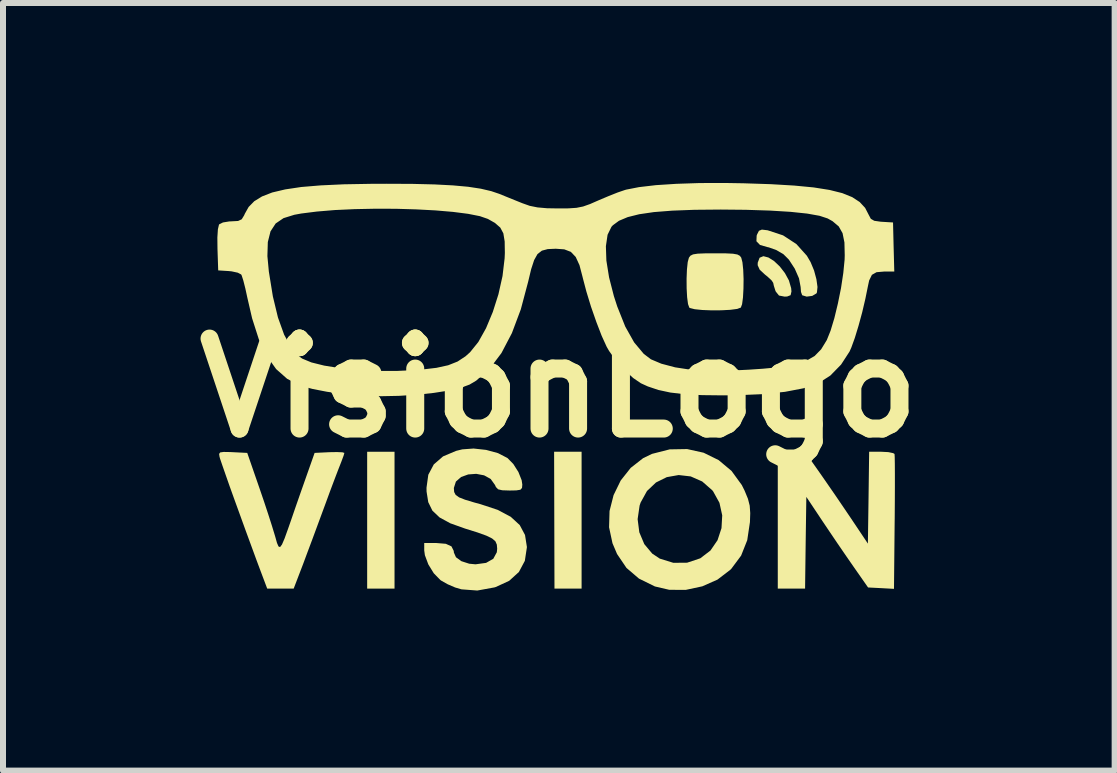
<source format=kicad_pcb>
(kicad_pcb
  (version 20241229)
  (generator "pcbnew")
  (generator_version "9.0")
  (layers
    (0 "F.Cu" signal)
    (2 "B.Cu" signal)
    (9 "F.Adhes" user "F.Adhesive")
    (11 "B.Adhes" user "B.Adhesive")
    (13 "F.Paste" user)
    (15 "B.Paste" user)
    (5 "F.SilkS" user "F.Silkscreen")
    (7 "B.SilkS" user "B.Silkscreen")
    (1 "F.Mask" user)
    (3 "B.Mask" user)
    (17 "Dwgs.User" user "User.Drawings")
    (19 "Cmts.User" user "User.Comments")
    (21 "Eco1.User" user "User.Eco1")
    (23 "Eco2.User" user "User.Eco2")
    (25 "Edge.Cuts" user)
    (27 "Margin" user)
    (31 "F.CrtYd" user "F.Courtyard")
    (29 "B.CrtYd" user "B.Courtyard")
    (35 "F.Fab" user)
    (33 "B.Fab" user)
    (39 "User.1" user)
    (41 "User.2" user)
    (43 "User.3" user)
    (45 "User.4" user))
  (footprint "VisionLogo"
    (layer "F.Cu")
    (at 6.264 3.415)
    (property "Reference" "VisionLogo" (at 0 0 0) (layer "F.SilkS") (effects (font (size 1.5 1.5) (thickness 0.3))))
    (attr board_only exclude_from_pos_files exclude_from_bom)
    (fp_poly (pts (xy -2.738 2.205) (xy -2.738 3.346) (xy -2.966 3.346) (xy -3.194 3.346) (xy -3.194 2.205) (xy -3.194 1.065) (xy -2.966 1.065) (xy -2.738 1.065)) (stroke (width 0) (type solid)) (fill yes) (layer "F.SilkS"))
    (fp_poly (pts (xy 0.38 2.205) (xy 0.38 3.346) (xy 0.154 3.346) (xy -0.072 3.346) (xy -0.075 2.205) (xy -0.078 1.065) (xy 0.151 1.065) (xy 0.38 1.065)) (stroke (width 0) (type solid)) (fill yes) (layer "F.SilkS"))
    (fp_poly (pts (xy 3.494 -2.173) (xy 3.588 -2.114) (xy 3.683 -2.024) (xy 3.769 -1.913) (xy 3.836 -1.79) (xy 3.873 -1.662) (xy 3.878 -1.607) (xy 3.864 -1.545) (xy 3.807 -1.523) (xy 3.763 -1.521) (xy 3.67 -1.539) (xy 3.617 -1.605) (xy 3.611 -1.618) (xy 3.584 -1.703) (xy 3.574 -1.75) (xy 3.547 -1.791) (xy 3.477 -1.856) (xy 3.439 -1.886) (xy 3.349 -1.969) (xy 3.315 -2.044) (xy 3.316 -2.087) (xy 3.347 -2.169) (xy 3.41 -2.195)) (stroke (width 0) (type solid)) (fill yes) (layer "F.SilkS"))
    (fp_poly (pts (xy 3.478 -2.627) (xy 3.486 -2.625) (xy 3.738 -2.542) (xy 3.96 -2.397) (xy 4.135 -2.202) (xy 4.197 -2.096) (xy 4.255 -1.956) (xy 4.294 -1.811) (xy 4.312 -1.682) (xy 4.303 -1.592) (xy 4.294 -1.574) (xy 4.224 -1.533) (xy 4.132 -1.521) (xy 4.059 -1.543) (xy 4.056 -1.546) (xy 4.037 -1.599) (xy 4.031 -1.68) (xy 4.004 -1.825) (xy 3.933 -1.987) (xy 3.836 -2.136) (xy 3.744 -2.228) (xy 3.626 -2.297) (xy 3.5 -2.342) (xy 3.483 -2.345) (xy 3.354 -2.382) (xy 3.294 -2.444) (xy 3.298 -2.537) (xy 3.305 -2.557) (xy 3.336 -2.618) (xy 3.385 -2.638)) (stroke (width 0) (type solid)) (fill yes) (layer "F.SilkS"))
    (fp_poly (pts (xy 2.785 -2.242) (xy 2.904 -2.236) (xy 2.977 -2.223) (xy 3.018 -2.201) (xy 3.041 -2.17) (xy 3.061 -2.093) (xy 3.074 -1.968) (xy 3.08 -1.814) (xy 3.078 -1.654) (xy 3.07 -1.507) (xy 3.055 -1.394) (xy 3.034 -1.338) (xy 2.974 -1.316) (xy 2.859 -1.301) (xy 2.71 -1.293) (xy 2.547 -1.292) (xy 2.392 -1.298) (xy 2.265 -1.311) (xy 2.186 -1.331) (xy 2.175 -1.338) (xy 2.154 -1.397) (xy 2.139 -1.511) (xy 2.131 -1.659) (xy 2.13 -1.82) (xy 2.136 -1.973) (xy 2.149 -2.097) (xy 2.169 -2.17) (xy 2.194 -2.203) (xy 2.238 -2.225) (xy 2.314 -2.237) (xy 2.438 -2.242) (xy 2.605 -2.243)) (stroke (width 0) (type solid)) (fill yes) (layer "F.SilkS"))
    (fp_poly (pts (xy 3.883 1.072) (xy 4.116 1.084) (xy 4.357 1.426) (xy 4.479 1.602) (xy 4.624 1.812) (xy 4.77 2.027) (xy 4.875 2.182) (xy 5.152 2.596) (xy 5.163 1.83) (xy 5.173 1.065) (xy 5.378 1.065) (xy 5.494 1.071) (xy 5.574 1.088) (xy 5.596 1.102) (xy 5.599 1.149) (xy 5.601 1.261) (xy 5.602 1.43) (xy 5.602 1.645) (xy 5.601 1.897) (xy 5.599 2.176) (xy 5.598 2.245) (xy 5.587 3.35) (xy 5.371 3.338) (xy 5.155 3.327) (xy 4.916 2.985) (xy 4.794 2.809) (xy 4.65 2.599) (xy 4.504 2.383) (xy 4.401 2.23) (xy 4.126 1.817) (xy 4.115 2.582) (xy 4.105 3.346) (xy 3.878 3.346) (xy 3.65 3.346) (xy 3.65 2.204) (xy 3.65 1.061)) (stroke (width 0) (type solid)) (fill yes) (layer "F.SilkS"))
    (fp_poly (pts (xy -5.473 1.07) (xy -5.434 1.072) (xy -5.193 1.084) (xy -4.989 1.673) (xy -4.914 1.892) (xy -4.844 2.104) (xy -4.784 2.291) (xy -4.74 2.435) (xy -4.725 2.485) (xy -4.697 2.585) (xy -4.672 2.643) (xy -4.646 2.654) (xy -4.614 2.611) (xy -4.571 2.511) (xy -4.512 2.347) (xy -4.463 2.207) (xy -4.392 2) (xy -4.309 1.762) (xy -4.229 1.535) (xy -4.204 1.464) (xy -4.07 1.084) (xy -3.822 1.072) (xy -3.696 1.07) (xy -3.607 1.074) (xy -3.574 1.084) (xy -3.587 1.13) (xy -3.621 1.222) (xy -3.646 1.286) (xy -3.684 1.383) (xy -3.742 1.535) (xy -3.813 1.724) (xy -3.89 1.934) (xy -3.934 2.053) (xy -4.02 2.286) (xy -4.109 2.527) (xy -4.193 2.751) (xy -4.262 2.937) (xy -4.284 2.994) (xy -4.419 3.346) (xy -4.64 3.346) (xy -4.86 3.346) (xy -4.957 3.089) (xy -5.039 2.87) (xy -5.128 2.627) (xy -5.222 2.371) (xy -5.315 2.114) (xy -5.405 1.866) (xy -5.487 1.638) (xy -5.556 1.441) (xy -5.61 1.286) (xy -5.645 1.183) (xy -5.655 1.148) (xy -5.662 1.101) (xy -5.644 1.076) (xy -5.587 1.068)) (stroke (width 0) (type solid)) (fill yes) (layer "F.SilkS"))
    (fp_poly (pts (xy 2.414 1.081) (xy 2.664 1.204) (xy 2.879 1.384) (xy 3.05 1.619) (xy 3.097 1.713) (xy 3.153 1.849) (xy 3.182 1.963) (xy 3.191 2.088) (xy 3.186 2.238) (xy 3.141 2.539) (xy 3.039 2.796) (xy 2.876 3.015) (xy 2.858 3.033) (xy 2.645 3.196) (xy 2.392 3.308) (xy 2.117 3.367) (xy 1.842 3.366) (xy 1.602 3.31) (xy 1.336 3.179) (xy 1.128 3.001) (xy 0.971 2.769) (xy 0.895 2.59) (xy 0.838 2.324) (xy 0.842 2.188) (xy 1.314 2.188) (xy 1.342 2.407) (xy 1.425 2.604) (xy 1.557 2.762) (xy 1.683 2.846) (xy 1.909 2.916) (xy 2.139 2.914) (xy 2.358 2.841) (xy 2.361 2.839) (xy 2.528 2.711) (xy 2.646 2.539) (xy 2.712 2.338) (xy 2.724 2.125) (xy 2.678 1.916) (xy 2.573 1.726) (xy 2.558 1.707) (xy 2.39 1.56) (xy 2.199 1.476) (xy 1.998 1.453) (xy 1.8 1.488) (xy 1.62 1.577) (xy 1.47 1.719) (xy 1.364 1.911) (xy 1.347 1.962) (xy 1.314 2.188) (xy 0.842 2.188) (xy 0.846 2.052) (xy 0.913 1.788) (xy 1.032 1.544) (xy 1.198 1.334) (xy 1.405 1.172) (xy 1.554 1.1) (xy 1.849 1.025) (xy 2.139 1.02)) (stroke (width 0) (type solid)) (fill yes) (layer "F.SilkS"))
    (fp_poly (pts (xy -1.211 1.034) (xy -1.013 1.088) (xy -0.858 1.168) (xy -0.856 1.169) (xy -0.758 1.269) (xy -0.673 1.403) (xy -0.619 1.539) (xy -0.608 1.612) (xy -0.613 1.668) (xy -0.64 1.698) (xy -0.708 1.709) (xy -0.818 1.711) (xy -0.942 1.707) (xy -1.011 1.691) (xy -1.048 1.653) (xy -1.064 1.618) (xy -1.135 1.519) (xy -1.245 1.458) (xy -1.376 1.433) (xy -1.51 1.443) (xy -1.629 1.486) (xy -1.715 1.562) (xy -1.749 1.668) (xy -1.749 1.673) (xy -1.744 1.736) (xy -1.719 1.784) (xy -1.662 1.825) (xy -1.563 1.864) (xy -1.407 1.911) (xy -1.304 1.939) (xy -1.017 2.034) (xy -0.801 2.149) (xy -0.651 2.287) (xy -0.563 2.452) (xy -0.532 2.649) (xy -0.532 2.659) (xy -0.566 2.883) (xy -0.665 3.069) (xy -0.827 3.216) (xy -1.05 3.319) (xy -1.073 3.326) (xy -1.359 3.378) (xy -1.623 3.358) (xy -1.728 3.327) (xy -1.851 3.274) (xy -1.961 3.212) (xy -1.975 3.202) (xy -2.084 3.09) (xy -2.175 2.942) (xy -2.232 2.789) (xy -2.243 2.709) (xy -2.243 2.586) (xy -2.042 2.586) (xy -1.883 2.599) (xy -1.789 2.642) (xy -1.751 2.718) (xy -1.749 2.744) (xy -1.714 2.823) (xy -1.623 2.889) (xy -1.493 2.931) (xy -1.388 2.941) (xy -1.212 2.917) (xy -1.092 2.849) (xy -1.033 2.74) (xy -1.027 2.681) (xy -1.033 2.612) (xy -1.057 2.557) (xy -1.112 2.51) (xy -1.208 2.463) (xy -1.355 2.41) (xy -1.563 2.345) (xy -1.809 2.257) (xy -1.987 2.16) (xy -2.107 2.046) (xy -2.176 1.905) (xy -2.204 1.728) (xy -2.205 1.665) (xy -2.175 1.448) (xy -2.083 1.275) (xy -1.929 1.142) (xy -1.711 1.05) (xy -1.609 1.025) (xy -1.42 1.011)) (stroke (width 0) (type solid)) (fill yes) (layer "F.SilkS"))
    (fp_poly (pts (xy 3.08 -3.41) (xy 3.537 -3.395) (xy 3.925 -3.372) (xy 4.248 -3.341) (xy 4.513 -3.299) (xy 4.725 -3.246) (xy 4.891 -3.179) (xy 5.016 -3.097) (xy 5.106 -3) (xy 5.166 -2.884) (xy 5.167 -2.882) (xy 5.201 -2.818) (xy 5.258 -2.785) (xy 5.362 -2.77) (xy 5.388 -2.768) (xy 5.571 -2.757) (xy 5.581 -2.348) (xy 5.592 -1.939) (xy 5.424 -1.939) (xy 5.296 -1.928) (xy 5.219 -1.884) (xy 5.173 -1.79) (xy 5.152 -1.692) (xy 5.11 -1.485) (xy 5.057 -1.259) (xy 4.996 -1.035) (xy 4.934 -0.832) (xy 4.876 -0.672) (xy 4.846 -0.605) (xy 4.705 -0.388) (xy 4.527 -0.206) (xy 4.33 -0.079) (xy 4.316 -0.072) (xy 4.079 0.007) (xy 3.77 0.066) (xy 3.39 0.105) (xy 2.94 0.124) (xy 2.738 0.125) (xy 2.387 0.121) (xy 2.098 0.106) (xy 1.86 0.078) (xy 1.66 0.035) (xy 1.484 -0.024) (xy 1.368 -0.077) (xy 1.239 -0.165) (xy 1.094 -0.298) (xy 0.954 -0.455) (xy 0.839 -0.614) (xy 0.798 -0.685) (xy 0.715 -0.867) (xy 0.626 -1.098) (xy 0.537 -1.353) (xy 0.46 -1.605) (xy 0.401 -1.829) (xy 0.398 -1.842) (xy 0.345 -2.045) (xy 0.282 -2.182) (xy 0.201 -2.267) (xy 0.091 -2.309) (xy -0.051 -2.319) (xy -0.184 -2.313) (xy -0.282 -2.287) (xy -0.355 -2.23) (xy -0.411 -2.13) (xy -0.461 -1.977) (xy -0.511 -1.768) (xy -0.633 -1.309) (xy -0.782 -0.912) (xy -0.956 -0.58) (xy -1.155 -0.316) (xy -1.376 -0.121) (xy -1.487 -0.055) (xy -1.63 -0.002) (xy -1.834 0.045) (xy -2.084 0.084) (xy -2.365 0.114) (xy -2.663 0.133) (xy -2.962 0.139) (xy -3.247 0.132) (xy -3.308 0.129) (xy -3.592 0.103) (xy -3.863 0.065) (xy -4.101 0.019) (xy -4.288 -0.031) (xy -4.315 -0.041) (xy -4.528 -0.151) (xy -4.711 -0.313) (xy -4.868 -0.533) (xy -5.001 -0.813) (xy -5.112 -1.16) (xy -5.191 -1.502) (xy -5.225 -1.658) (xy -5.258 -1.788) (xy -5.285 -1.872) (xy -5.294 -1.89) (xy -5.351 -1.92) (xy -5.453 -1.942) (xy -5.503 -1.947) (xy -5.677 -1.958) (xy -5.685 -2.196) (xy -4.857 -2.196) (xy -4.833 -1.94) (xy -4.766 -1.525) (xy -4.681 -1.173) (xy -4.578 -0.886) (xy -4.458 -0.668) (xy -4.323 -0.52) (xy -4.275 -0.487) (xy -4.123 -0.424) (xy -3.91 -0.371) (xy -3.648 -0.329) (xy -3.35 -0.299) (xy -3.031 -0.283) (xy -2.703 -0.282) (xy -2.38 -0.297) (xy -2.294 -0.304) (xy -2.039 -0.334) (xy -1.843 -0.377) (xy -1.687 -0.439) (xy -1.555 -0.526) (xy -1.478 -0.595) (xy -1.341 -0.765) (xy -1.213 -0.994) (xy -1.1 -1.265) (xy -1.006 -1.56) (xy -0.938 -1.864) (xy -0.903 -2.158) (xy -0.899 -2.249) (xy -0.901 -2.361) (xy 0.785 -2.361) (xy 0.793 -2.122) (xy 0.838 -1.842) (xy 0.918 -1.53) (xy 0.974 -1.357) (xy 1.108 -1.021) (xy 1.256 -0.758) (xy 1.416 -0.567) (xy 1.536 -0.476) (xy 1.709 -0.403) (xy 1.94 -0.342) (xy 2.215 -0.3) (xy 2.319 -0.29) (xy 2.472 -0.284) (xy 2.678 -0.285) (xy 2.916 -0.291) (xy 3.164 -0.303) (xy 3.401 -0.319) (xy 3.605 -0.338) (xy 3.688 -0.348) (xy 3.936 -0.392) (xy 4.123 -0.45) (xy 4.264 -0.531) (xy 4.373 -0.643) (xy 4.466 -0.795) (xy 4.468 -0.799) (xy 4.53 -0.953) (xy 4.593 -1.162) (xy 4.652 -1.406) (xy 4.704 -1.663) (xy 4.742 -1.914) (xy 4.764 -2.137) (xy 4.766 -2.212) (xy 4.761 -2.424) (xy 4.73 -2.578) (xy 4.666 -2.691) (xy 4.563 -2.778) (xy 4.481 -2.824) (xy 4.347 -2.868) (xy 4.14 -2.905) (xy 3.864 -2.934) (xy 3.521 -2.955) (xy 3.115 -2.968) (xy 2.7 -2.972) (xy 2.26 -2.968) (xy 1.891 -2.954) (xy 1.586 -2.93) (xy 1.34 -2.894) (xy 1.148 -2.846) (xy 1.003 -2.785) (xy 0.901 -2.71) (xy 0.878 -2.685) (xy 0.813 -2.552) (xy 0.785 -2.361) (xy -0.901 -2.361) (xy -0.902 -2.44) (xy -0.924 -2.575) (xy -0.975 -2.671) (xy -1.064 -2.749) (xy -1.182 -2.816) (xy -1.315 -2.862) (xy -1.512 -2.901) (xy -1.762 -2.933) (xy -2.054 -2.958) (xy -2.375 -2.975) (xy -2.715 -2.985) (xy -3.062 -2.986) (xy -3.405 -2.979) (xy -3.732 -2.964) (xy -4.032 -2.939) (xy -4.294 -2.906) (xy -4.408 -2.885) (xy -4.588 -2.829) (xy -4.719 -2.74) (xy -4.805 -2.609) (xy -4.85 -2.43) (xy -4.857 -2.196) (xy -5.685 -2.196) (xy -5.689 -2.317) (xy -5.691 -2.506) (xy -5.682 -2.644) (xy -5.664 -2.72) (xy -5.66 -2.726) (xy -5.598 -2.757) (xy -5.494 -2.774) (xy -5.452 -2.776) (xy -5.345 -2.782) (xy -5.285 -2.81) (xy -5.244 -2.877) (xy -5.234 -2.901) (xy -5.17 -3.015) (xy -5.076 -3.111) (xy -4.946 -3.191) (xy -4.776 -3.257) (xy -4.56 -3.308) (xy -4.293 -3.348) (xy -3.969 -3.375) (xy -3.583 -3.393) (xy -3.129 -3.401) (xy -2.871 -3.402) (xy -2.437 -3.4) (xy -2.071 -3.391) (xy -1.765 -3.375) (xy -1.511 -3.352) (xy -1.301 -3.32) (xy -1.126 -3.279) (xy -0.993 -3.234) (xy -0.853 -3.177) (xy -0.69 -3.111) (xy -0.608 -3.078) (xy -0.484 -3.034) (xy -0.355 -3.008) (xy -0.196 -2.994) (xy -0.019 -2.991) (xy 0.162 -2.992) (xy 0.295 -3.001) (xy 0.405 -3.023) (xy 0.521 -3.064) (xy 0.665 -3.127) (xy 0.826 -3.195) (xy 0.979 -3.256) (xy 1.099 -3.297) (xy 1.122 -3.304) (xy 1.337 -3.346) (xy 1.619 -3.379) (xy 1.959 -3.401) (xy 2.349 -3.414) (xy 2.78 -3.415)) (stroke (width 0) (type solid)) (fill yes) (layer "F.SilkS")))
  (gr_rect
    (start -3 -3)
    (end 15.529 9.794)
    (stroke (width 0.1) (type default))
    (fill no)
    (layer "Edge.Cuts")))
</source>
